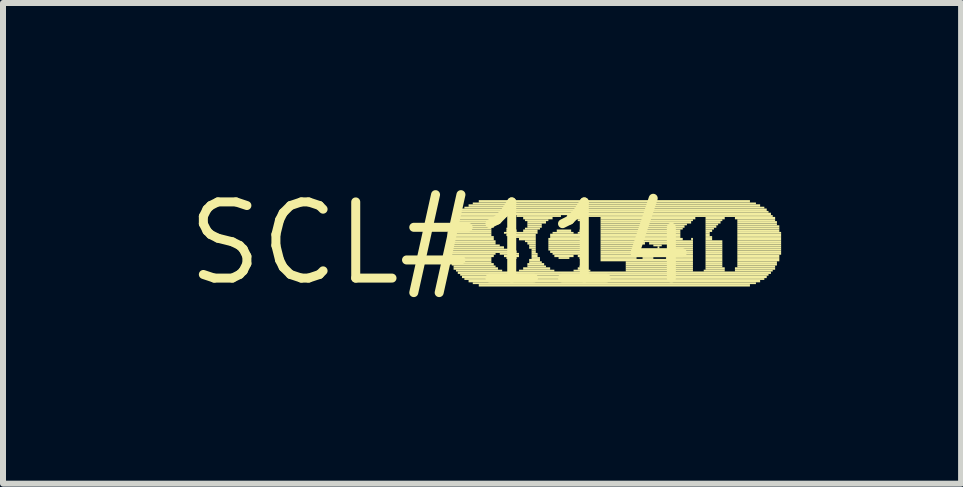
<source format=kicad_pcb>
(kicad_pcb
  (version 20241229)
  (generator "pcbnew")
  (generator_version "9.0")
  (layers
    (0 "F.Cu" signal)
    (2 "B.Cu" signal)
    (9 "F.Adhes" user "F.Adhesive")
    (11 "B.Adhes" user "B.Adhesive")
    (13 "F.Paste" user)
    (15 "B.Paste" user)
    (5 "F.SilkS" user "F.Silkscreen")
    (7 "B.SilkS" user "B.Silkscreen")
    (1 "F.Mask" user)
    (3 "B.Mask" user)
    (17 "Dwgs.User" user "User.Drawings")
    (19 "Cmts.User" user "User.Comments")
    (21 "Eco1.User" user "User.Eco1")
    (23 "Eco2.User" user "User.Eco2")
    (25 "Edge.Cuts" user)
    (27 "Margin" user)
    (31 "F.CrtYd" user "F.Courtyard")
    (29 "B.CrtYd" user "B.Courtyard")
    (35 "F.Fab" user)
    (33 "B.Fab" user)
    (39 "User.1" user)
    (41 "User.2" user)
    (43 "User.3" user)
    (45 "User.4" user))
  (footprint "SCL#114"
    (layer "F.Cu")
    (at 4.301 1.006)
    (property "Reference" "SCL#114" (at 0 0 0) (layer "F.SilkS") (effects (font (size 1.27 1.27) (thickness 0.15))))
    (fp_poly (pts (xy 0.11 -0.16) (xy 0.84 -0.16) (xy 0.84 -0.19) (xy 0.11 -0.19)) (stroke (width 0) (type solid)) (fill yes) (layer "F.SilkS"))
    (fp_poly (pts (xy 0.11 -0.12) (xy 0.84 -0.12) (xy 0.84 -0.16) (xy 0.11 -0.16)) (stroke (width 0) (type solid)) (fill yes) (layer "F.SilkS"))
    (fp_poly (pts (xy 0.11 -0.09) (xy 0.88 -0.09) (xy 0.88 -0.12) (xy 0.11 -0.12)) (stroke (width 0) (type solid)) (fill yes) (layer "F.SilkS"))
    (fp_poly (pts (xy 0.11 -0.05) (xy 0.88 -0.05) (xy 0.88 -0.09) (xy 0.11 -0.09)) (stroke (width 0) (type solid)) (fill yes) (layer "F.SilkS"))
    (fp_poly (pts (xy 0.11 -0.02) (xy 0.91 -0.02) (xy 0.91 -0.05) (xy 0.11 -0.05)) (stroke (width 0) (type solid)) (fill yes) (layer "F.SilkS"))
    (fp_poly (pts (xy 0.11 0.02) (xy 0.91 0.02) (xy 0.91 -0.02) (xy 0.11 -0.02)) (stroke (width 0) (type solid)) (fill yes) (layer "F.SilkS"))
    (fp_poly (pts (xy 0.11 0.05) (xy 0.98 0.05) (xy 0.98 0.02) (xy 0.11 0.02)) (stroke (width 0) (type solid)) (fill yes) (layer "F.SilkS"))
    (fp_poly (pts (xy 0.11 0.09) (xy 1.05 0.09) (xy 1.05 0.05) (xy 0.11 0.05)) (stroke (width 0) (type solid)) (fill yes) (layer "F.SilkS"))
    (fp_poly (pts (xy 0.11 0.12) (xy 1.16 0.12) (xy 1.16 0.09) (xy 0.11 0.09)) (stroke (width 0) (type solid)) (fill yes) (layer "F.SilkS"))
    (fp_poly (pts (xy 0.11 0.16) (xy 1.26 0.16) (xy 1.26 0.12) (xy 0.11 0.12)) (stroke (width 0) (type solid)) (fill yes) (layer "F.SilkS"))
    (fp_poly (pts (xy 0.11 0.19) (xy 0.91 0.19) (xy 0.91 0.16) (xy 0.11 0.16)) (stroke (width 0) (type solid)) (fill yes) (layer "F.SilkS"))
    (fp_poly (pts (xy 0.14 -0.26) (xy 0.88 -0.26) (xy 0.88 -0.3) (xy 0.14 -0.3)) (stroke (width 0) (type solid)) (fill yes) (layer "F.SilkS"))
    (fp_poly (pts (xy 0.14 -0.23) (xy 0.84 -0.23) (xy 0.84 -0.26) (xy 0.14 -0.26)) (stroke (width 0) (type solid)) (fill yes) (layer "F.SilkS"))
    (fp_poly (pts (xy 0.14 -0.19) (xy 0.84 -0.19) (xy 0.84 -0.23) (xy 0.14 -0.23)) (stroke (width 0) (type solid)) (fill yes) (layer "F.SilkS"))
    (fp_poly (pts (xy 0.14 0.23) (xy 0.88 0.23) (xy 0.88 0.19) (xy 0.14 0.19)) (stroke (width 0) (type solid)) (fill yes) (layer "F.SilkS"))
    (fp_poly (pts (xy 0.14 0.26) (xy 0.84 0.26) (xy 0.84 0.23) (xy 0.14 0.23)) (stroke (width 0) (type solid)) (fill yes) (layer "F.SilkS"))
    (fp_poly (pts (xy 0.14 0.3) (xy 0.84 0.3) (xy 0.84 0.26) (xy 0.14 0.26)) (stroke (width 0) (type solid)) (fill yes) (layer "F.SilkS"))
    (fp_poly (pts (xy 0.18 -0.33) (xy 0.91 -0.33) (xy 0.91 -0.37) (xy 0.18 -0.37)) (stroke (width 0) (type solid)) (fill yes) (layer "F.SilkS"))
    (fp_poly (pts (xy 0.18 -0.3) (xy 0.88 -0.3) (xy 0.88 -0.33) (xy 0.18 -0.33)) (stroke (width 0) (type solid)) (fill yes) (layer "F.SilkS"))
    (fp_poly (pts (xy 0.18 0.33) (xy 0.84 0.33) (xy 0.84 0.3) (xy 0.18 0.3)) (stroke (width 0) (type solid)) (fill yes) (layer "F.SilkS"))
    (fp_poly (pts (xy 0.18 0.37) (xy 0.88 0.37) (xy 0.88 0.33) (xy 0.18 0.33)) (stroke (width 0) (type solid)) (fill yes) (layer "F.SilkS"))
    (fp_poly (pts (xy 0.21 -0.4) (xy 0.98 -0.4) (xy 0.98 -0.44) (xy 0.21 -0.44)) (stroke (width 0) (type solid)) (fill yes) (layer "F.SilkS"))
    (fp_poly (pts (xy 0.21 -0.37) (xy 0.95 -0.37) (xy 0.95 -0.4) (xy 0.21 -0.4)) (stroke (width 0) (type solid)) (fill yes) (layer "F.SilkS"))
    (fp_poly (pts (xy 0.21 0.4) (xy 0.91 0.4) (xy 0.91 0.37) (xy 0.21 0.37)) (stroke (width 0) (type solid)) (fill yes) (layer "F.SilkS"))
    (fp_poly (pts (xy 0.21 0.44) (xy 0.95 0.44) (xy 0.95 0.4) (xy 0.21 0.4)) (stroke (width 0) (type solid)) (fill yes) (layer "F.SilkS"))
    (fp_poly (pts (xy 0.25 -0.44) (xy 1.05 -0.44) (xy 1.05 -0.47) (xy 0.25 -0.47)) (stroke (width 0) (type solid)) (fill yes) (layer "F.SilkS"))
    (fp_poly (pts (xy 0.25 0.47) (xy 1.02 0.47) (xy 1.02 0.44) (xy 0.25 0.44)) (stroke (width 0) (type solid)) (fill yes) (layer "F.SilkS"))
    (fp_poly (pts (xy 0.28 -0.47) (xy 5.5 -0.47) (xy 5.5 -0.51) (xy 0.28 -0.51)) (stroke (width 0) (type solid)) (fill yes) (layer "F.SilkS"))
    (fp_poly (pts (xy 0.28 0.51) (xy 5.5 0.51) (xy 5.5 0.47) (xy 0.28 0.47)) (stroke (width 0) (type solid)) (fill yes) (layer "F.SilkS"))
    (fp_poly (pts (xy 0.32 -0.51) (xy 5.46 -0.51) (xy 5.46 -0.54) (xy 0.32 -0.54)) (stroke (width 0) (type solid)) (fill yes) (layer "F.SilkS"))
    (fp_poly (pts (xy 0.32 0.54) (xy 5.46 0.54) (xy 5.46 0.51) (xy 0.32 0.51)) (stroke (width 0) (type solid)) (fill yes) (layer "F.SilkS"))
    (fp_poly (pts (xy 0.35 -0.54) (xy 5.43 -0.54) (xy 5.43 -0.58) (xy 0.35 -0.58)) (stroke (width 0) (type solid)) (fill yes) (layer "F.SilkS"))
    (fp_poly (pts (xy 0.35 0.58) (xy 5.43 0.58) (xy 5.43 0.54) (xy 0.35 0.54)) (stroke (width 0) (type solid)) (fill yes) (layer "F.SilkS"))
    (fp_poly (pts (xy 0.39 -0.58) (xy 5.39 -0.58) (xy 5.39 -0.61) (xy 0.39 -0.61)) (stroke (width 0) (type solid)) (fill yes) (layer "F.SilkS"))
    (fp_poly (pts (xy 0.39 0.61) (xy 5.39 0.61) (xy 5.39 0.58) (xy 0.39 0.58)) (stroke (width 0) (type solid)) (fill yes) (layer "F.SilkS"))
    (fp_poly (pts (xy 0.46 -0.61) (xy 5.32 -0.61) (xy 5.32 -0.65) (xy 0.46 -0.65)) (stroke (width 0) (type solid)) (fill yes) (layer "F.SilkS"))
    (fp_poly (pts (xy 0.46 0.65) (xy 5.32 0.65) (xy 5.32 0.61) (xy 0.46 0.61)) (stroke (width 0) (type solid)) (fill yes) (layer "F.SilkS"))
    (fp_poly (pts (xy 0.53 -0.65) (xy 5.25 -0.65) (xy 5.25 -0.68) (xy 0.53 -0.68)) (stroke (width 0) (type solid)) (fill yes) (layer "F.SilkS"))
    (fp_poly (pts (xy 0.53 0.68) (xy 5.25 0.68) (xy 5.25 0.65) (xy 0.53 0.65)) (stroke (width 0) (type solid)) (fill yes) (layer "F.SilkS"))
    (fp_poly (pts (xy 0.63 -0.68) (xy 5.15 -0.68) (xy 5.15 -0.72) (xy 0.63 -0.72)) (stroke (width 0) (type solid)) (fill yes) (layer "F.SilkS"))
    (fp_poly (pts (xy 0.63 0.72) (xy 5.15 0.72) (xy 5.15 0.68) (xy 0.63 0.68)) (stroke (width 0) (type solid)) (fill yes) (layer "F.SilkS"))
    (fp_poly (pts (xy 0.98 0.19) (xy 1.3 0.19) (xy 1.3 0.16) (xy 0.98 0.16)) (stroke (width 0) (type solid)) (fill yes) (layer "F.SilkS"))
    (fp_poly (pts (xy 1.05 -0.16) (xy 1.61 -0.16) (xy 1.61 -0.19) (xy 1.05 -0.19)) (stroke (width 0) (type solid)) (fill yes) (layer "F.SilkS"))
    (fp_poly (pts (xy 1.05 0.23) (xy 1.3 0.23) (xy 1.3 0.19) (xy 1.05 0.19)) (stroke (width 0) (type solid)) (fill yes) (layer "F.SilkS"))
    (fp_poly (pts (xy 1.09 -0.23) (xy 1.23 -0.23) (xy 1.23 -0.26) (xy 1.09 -0.26)) (stroke (width 0) (type solid)) (fill yes) (layer "F.SilkS"))
    (fp_poly (pts (xy 1.09 -0.19) (xy 1.26 -0.19) (xy 1.26 -0.23) (xy 1.09 -0.23)) (stroke (width 0) (type solid)) (fill yes) (layer "F.SilkS"))
    (fp_poly (pts (xy 1.09 -0.12) (xy 1.58 -0.12) (xy 1.58 -0.16) (xy 1.09 -0.16)) (stroke (width 0) (type solid)) (fill yes) (layer "F.SilkS"))
    (fp_poly (pts (xy 1.09 0.26) (xy 1.26 0.26) (xy 1.26 0.23) (xy 1.09 0.23)) (stroke (width 0) (type solid)) (fill yes) (layer "F.SilkS"))
    (fp_poly (pts (xy 1.16 -0.09) (xy 1.58 -0.09) (xy 1.58 -0.12) (xy 1.16 -0.12)) (stroke (width 0) (type solid)) (fill yes) (layer "F.SilkS"))
    (fp_poly (pts (xy 1.26 -0.44) (xy 2 -0.44) (xy 2 -0.47) (xy 1.26 -0.47)) (stroke (width 0) (type solid)) (fill yes) (layer "F.SilkS"))
    (fp_poly (pts (xy 1.3 -0.05) (xy 1.58 -0.05) (xy 1.58 -0.09) (xy 1.3 -0.09)) (stroke (width 0) (type solid)) (fill yes) (layer "F.SilkS"))
    (fp_poly (pts (xy 1.3 0.47) (xy 1.89 0.47) (xy 1.89 0.44) (xy 1.3 0.44)) (stroke (width 0) (type solid)) (fill yes) (layer "F.SilkS"))
    (fp_poly (pts (xy 1.37 -0.4) (xy 1.86 -0.4) (xy 1.86 -0.44) (xy 1.37 -0.44)) (stroke (width 0) (type solid)) (fill yes) (layer "F.SilkS"))
    (fp_poly (pts (xy 1.37 -0.19) (xy 1.61 -0.19) (xy 1.61 -0.23) (xy 1.37 -0.23)) (stroke (width 0) (type solid)) (fill yes) (layer "F.SilkS"))
    (fp_poly (pts (xy 1.37 0.44) (xy 1.82 0.44) (xy 1.82 0.4) (xy 1.37 0.4)) (stroke (width 0) (type solid)) (fill yes) (layer "F.SilkS"))
    (fp_poly (pts (xy 1.4 -0.37) (xy 1.79 -0.37) (xy 1.79 -0.4) (xy 1.4 -0.4)) (stroke (width 0) (type solid)) (fill yes) (layer "F.SilkS"))
    (fp_poly (pts (xy 1.4 -0.23) (xy 1.65 -0.23) (xy 1.65 -0.26) (xy 1.4 -0.26)) (stroke (width 0) (type solid)) (fill yes) (layer "F.SilkS"))
    (fp_poly (pts (xy 1.4 -0.02) (xy 1.58 -0.02) (xy 1.58 -0.05) (xy 1.4 -0.05)) (stroke (width 0) (type solid)) (fill yes) (layer "F.SilkS"))
    (fp_poly (pts (xy 1.44 -0.33) (xy 1.75 -0.33) (xy 1.75 -0.37) (xy 1.44 -0.37)) (stroke (width 0) (type solid)) (fill yes) (layer "F.SilkS"))
    (fp_poly (pts (xy 1.44 -0.3) (xy 1.68 -0.3) (xy 1.68 -0.33) (xy 1.44 -0.33)) (stroke (width 0) (type solid)) (fill yes) (layer "F.SilkS"))
    (fp_poly (pts (xy 1.44 -0.26) (xy 1.68 -0.26) (xy 1.68 -0.3) (xy 1.44 -0.3)) (stroke (width 0) (type solid)) (fill yes) (layer "F.SilkS"))
    (fp_poly (pts (xy 1.44 0.02) (xy 1.58 0.02) (xy 1.58 -0.02) (xy 1.44 -0.02)) (stroke (width 0) (type solid)) (fill yes) (layer "F.SilkS"))
    (fp_poly (pts (xy 1.44 0.37) (xy 1.72 0.37) (xy 1.72 0.33) (xy 1.44 0.33)) (stroke (width 0) (type solid)) (fill yes) (layer "F.SilkS"))
    (fp_poly (pts (xy 1.44 0.4) (xy 1.75 0.4) (xy 1.75 0.37) (xy 1.44 0.37)) (stroke (width 0) (type solid)) (fill yes) (layer "F.SilkS"))
    (fp_poly (pts (xy 1.47 0.05) (xy 1.58 0.05) (xy 1.58 0.02) (xy 1.47 0.02)) (stroke (width 0) (type solid)) (fill yes) (layer "F.SilkS"))
    (fp_poly (pts (xy 1.47 0.09) (xy 1.58 0.09) (xy 1.58 0.05) (xy 1.47 0.05)) (stroke (width 0) (type solid)) (fill yes) (layer "F.SilkS"))
    (fp_poly (pts (xy 1.47 0.3) (xy 1.65 0.3) (xy 1.65 0.26) (xy 1.47 0.26)) (stroke (width 0) (type solid)) (fill yes) (layer "F.SilkS"))
    (fp_poly (pts (xy 1.47 0.33) (xy 1.68 0.33) (xy 1.68 0.3) (xy 1.47 0.3)) (stroke (width 0) (type solid)) (fill yes) (layer "F.SilkS"))
    (fp_poly (pts (xy 1.51 0.12) (xy 1.58 0.12) (xy 1.58 0.09) (xy 1.51 0.09)) (stroke (width 0) (type solid)) (fill yes) (layer "F.SilkS"))
    (fp_poly (pts (xy 1.51 0.16) (xy 1.58 0.16) (xy 1.58 0.12) (xy 1.51 0.12)) (stroke (width 0) (type solid)) (fill yes) (layer "F.SilkS"))
    (fp_poly (pts (xy 1.51 0.19) (xy 1.61 0.19) (xy 1.61 0.16) (xy 1.51 0.16)) (stroke (width 0) (type solid)) (fill yes) (layer "F.SilkS"))
    (fp_poly (pts (xy 1.51 0.23) (xy 1.61 0.23) (xy 1.61 0.19) (xy 1.51 0.19)) (stroke (width 0) (type solid)) (fill yes) (layer "F.SilkS"))
    (fp_poly (pts (xy 1.51 0.26) (xy 1.65 0.26) (xy 1.65 0.23) (xy 1.51 0.23)) (stroke (width 0) (type solid)) (fill yes) (layer "F.SilkS"))
    (fp_poly (pts (xy 1.79 -0.05) (xy 2.45 -0.05) (xy 2.45 -0.09) (xy 1.79 -0.09)) (stroke (width 0) (type solid)) (fill yes) (layer "F.SilkS"))
    (fp_poly (pts (xy 1.79 -0.02) (xy 2.45 -0.02) (xy 2.45 -0.05) (xy 1.79 -0.05)) (stroke (width 0) (type solid)) (fill yes) (layer "F.SilkS"))
    (fp_poly (pts (xy 1.79 0.02) (xy 2.45 0.02) (xy 2.45 -0.02) (xy 1.79 -0.02)) (stroke (width 0) (type solid)) (fill yes) (layer "F.SilkS"))
    (fp_poly (pts (xy 1.79 0.05) (xy 2.45 0.05) (xy 2.45 0.02) (xy 1.79 0.02)) (stroke (width 0) (type solid)) (fill yes) (layer "F.SilkS"))
    (fp_poly (pts (xy 1.79 0.09) (xy 2.45 0.09) (xy 2.45 0.05) (xy 1.79 0.05)) (stroke (width 0) (type solid)) (fill yes) (layer "F.SilkS"))
    (fp_poly (pts (xy 1.79 0.12) (xy 2.45 0.12) (xy 2.45 0.09) (xy 1.79 0.09)) (stroke (width 0) (type solid)) (fill yes) (layer "F.SilkS"))
    (fp_poly (pts (xy 1.82 -0.12) (xy 2.45 -0.12) (xy 2.45 -0.16) (xy 1.82 -0.16)) (stroke (width 0) (type solid)) (fill yes) (layer "F.SilkS"))
    (fp_poly (pts (xy 1.82 -0.09) (xy 2.45 -0.09) (xy 2.45 -0.12) (xy 1.82 -0.12)) (stroke (width 0) (type solid)) (fill yes) (layer "F.SilkS"))
    (fp_poly (pts (xy 1.82 0.16) (xy 2.45 0.16) (xy 2.45 0.12) (xy 1.82 0.12)) (stroke (width 0) (type solid)) (fill yes) (layer "F.SilkS"))
    (fp_poly (pts (xy 1.86 -0.16) (xy 2.21 -0.16) (xy 2.21 -0.19) (xy 1.86 -0.19)) (stroke (width 0) (type solid)) (fill yes) (layer "F.SilkS"))
    (fp_poly (pts (xy 1.86 0.19) (xy 2.45 0.19) (xy 2.45 0.16) (xy 1.86 0.16)) (stroke (width 0) (type solid)) (fill yes) (layer "F.SilkS"))
    (fp_poly (pts (xy 1.89 0.23) (xy 2.21 0.23) (xy 2.21 0.19) (xy 1.89 0.19)) (stroke (width 0) (type solid)) (fill yes) (layer "F.SilkS"))
    (fp_poly (pts (xy 1.93 -0.19) (xy 2.17 -0.19) (xy 2.17 -0.23) (xy 1.93 -0.23)) (stroke (width 0) (type solid)) (fill yes) (layer "F.SilkS"))
    (fp_poly (pts (xy 1.96 0.26) (xy 2.14 0.26) (xy 2.14 0.23) (xy 1.96 0.23)) (stroke (width 0) (type solid)) (fill yes) (layer "F.SilkS"))
    (fp_poly (pts (xy 2.1 -0.44) (xy 5.53 -0.44) (xy 5.53 -0.47) (xy 2.1 -0.47)) (stroke (width 0) (type solid)) (fill yes) (layer "F.SilkS"))
    (fp_poly (pts (xy 2.21 0.47) (xy 2.49 0.47) (xy 2.49 0.44) (xy 2.21 0.44)) (stroke (width 0) (type solid)) (fill yes) (layer "F.SilkS"))
    (fp_poly (pts (xy 2.24 -0.4) (xy 2.45 -0.4) (xy 2.45 -0.44) (xy 2.24 -0.44)) (stroke (width 0) (type solid)) (fill yes) (layer "F.SilkS"))
    (fp_poly (pts (xy 2.28 -0.37) (xy 2.45 -0.37) (xy 2.45 -0.4) (xy 2.28 -0.4)) (stroke (width 0) (type solid)) (fill yes) (layer "F.SilkS"))
    (fp_poly (pts (xy 2.28 -0.16) (xy 2.45 -0.16) (xy 2.45 -0.19) (xy 2.28 -0.19)) (stroke (width 0) (type solid)) (fill yes) (layer "F.SilkS"))
    (fp_poly (pts (xy 2.28 0.23) (xy 2.45 0.23) (xy 2.45 0.19) (xy 2.28 0.19)) (stroke (width 0) (type solid)) (fill yes) (layer "F.SilkS"))
    (fp_poly (pts (xy 2.28 0.44) (xy 2.45 0.44) (xy 2.45 0.4) (xy 2.28 0.4)) (stroke (width 0) (type solid)) (fill yes) (layer "F.SilkS"))
    (fp_poly (pts (xy 2.31 -0.19) (xy 2.45 -0.19) (xy 2.45 -0.23) (xy 2.31 -0.23)) (stroke (width 0) (type solid)) (fill yes) (layer "F.SilkS"))
    (fp_poly (pts (xy 2.31 0.26) (xy 2.45 0.26) (xy 2.45 0.23) (xy 2.31 0.23)) (stroke (width 0) (type solid)) (fill yes) (layer "F.SilkS"))
    (fp_poly (pts (xy 2.31 0.4) (xy 2.45 0.4) (xy 2.45 0.37) (xy 2.31 0.37)) (stroke (width 0) (type solid)) (fill yes) (layer "F.SilkS"))
    (fp_poly (pts (xy 2.35 -0.33) (xy 2.45 -0.33) (xy 2.45 -0.37) (xy 2.35 -0.37)) (stroke (width 0) (type solid)) (fill yes) (layer "F.SilkS"))
    (fp_poly (pts (xy 2.35 -0.3) (xy 2.45 -0.3) (xy 2.45 -0.33) (xy 2.35 -0.33)) (stroke (width 0) (type solid)) (fill yes) (layer "F.SilkS"))
    (fp_poly (pts (xy 2.35 -0.26) (xy 2.45 -0.26) (xy 2.45 -0.3) (xy 2.35 -0.3)) (stroke (width 0) (type solid)) (fill yes) (layer "F.SilkS"))
    (fp_poly (pts (xy 2.35 -0.23) (xy 2.45 -0.23) (xy 2.45 -0.26) (xy 2.35 -0.26)) (stroke (width 0) (type solid)) (fill yes) (layer "F.SilkS"))
    (fp_poly (pts (xy 2.35 0.3) (xy 2.45 0.3) (xy 2.45 0.26) (xy 2.35 0.26)) (stroke (width 0) (type solid)) (fill yes) (layer "F.SilkS"))
    (fp_poly (pts (xy 2.35 0.33) (xy 2.45 0.33) (xy 2.45 0.3) (xy 2.35 0.3)) (stroke (width 0) (type solid)) (fill yes) (layer "F.SilkS"))
    (fp_poly (pts (xy 2.35 0.37) (xy 2.45 0.37) (xy 2.45 0.33) (xy 2.35 0.33)) (stroke (width 0) (type solid)) (fill yes) (layer "F.SilkS"))
    (fp_poly (pts (xy 2.66 -0.4) (xy 4.24 -0.4) (xy 4.24 -0.44) (xy 2.66 -0.44)) (stroke (width 0) (type solid)) (fill yes) (layer "F.SilkS"))
    (fp_poly (pts (xy 2.66 -0.37) (xy 4.2 -0.37) (xy 4.2 -0.4) (xy 2.66 -0.4)) (stroke (width 0) (type solid)) (fill yes) (layer "F.SilkS"))
    (fp_poly (pts (xy 2.66 -0.33) (xy 4.17 -0.33) (xy 4.17 -0.37) (xy 2.66 -0.37)) (stroke (width 0) (type solid)) (fill yes) (layer "F.SilkS"))
    (fp_poly (pts (xy 2.66 -0.3) (xy 4.1 -0.3) (xy 4.1 -0.33) (xy 2.66 -0.33)) (stroke (width 0) (type solid)) (fill yes) (layer "F.SilkS"))
    (fp_poly (pts (xy 2.66 -0.26) (xy 4.06 -0.26) (xy 4.06 -0.3) (xy 2.66 -0.3)) (stroke (width 0) (type solid)) (fill yes) (layer "F.SilkS"))
    (fp_poly (pts (xy 2.66 -0.23) (xy 4.03 -0.23) (xy 4.03 -0.26) (xy 2.66 -0.26)) (stroke (width 0) (type solid)) (fill yes) (layer "F.SilkS"))
    (fp_poly (pts (xy 2.66 -0.19) (xy 3.99 -0.19) (xy 3.99 -0.23) (xy 2.66 -0.23)) (stroke (width 0) (type solid)) (fill yes) (layer "F.SilkS"))
    (fp_poly (pts (xy 2.66 -0.16) (xy 3.99 -0.16) (xy 3.99 -0.19) (xy 2.66 -0.19)) (stroke (width 0) (type solid)) (fill yes) (layer "F.SilkS"))
    (fp_poly (pts (xy 2.66 -0.12) (xy 3.99 -0.12) (xy 3.99 -0.16) (xy 2.66 -0.16)) (stroke (width 0) (type solid)) (fill yes) (layer "F.SilkS"))
    (fp_poly (pts (xy 2.66 -0.09) (xy 3.99 -0.09) (xy 3.99 -0.12) (xy 2.66 -0.12)) (stroke (width 0) (type solid)) (fill yes) (layer "F.SilkS"))
    (fp_poly (pts (xy 2.66 -0.05) (xy 4.03 -0.05) (xy 4.03 -0.09) (xy 2.66 -0.09)) (stroke (width 0) (type solid)) (fill yes) (layer "F.SilkS"))
    (fp_poly (pts (xy 2.66 -0.02) (xy 4.2 -0.02) (xy 4.2 -0.05) (xy 2.66 -0.05)) (stroke (width 0) (type solid)) (fill yes) (layer "F.SilkS"))
    (fp_poly (pts (xy 2.66 0.02) (xy 3.4 0.02) (xy 3.4 -0.02) (xy 2.66 -0.02)) (stroke (width 0) (type solid)) (fill yes) (layer "F.SilkS"))
    (fp_poly (pts (xy 2.66 0.05) (xy 3.29 0.05) (xy 3.29 0.02) (xy 2.66 0.02)) (stroke (width 0) (type solid)) (fill yes) (layer "F.SilkS"))
    (fp_poly (pts (xy 2.66 0.09) (xy 3.26 0.09) (xy 3.26 0.05) (xy 2.66 0.05)) (stroke (width 0) (type solid)) (fill yes) (layer "F.SilkS"))
    (fp_poly (pts (xy 2.66 0.12) (xy 3.22 0.12) (xy 3.22 0.09) (xy 2.66 0.09)) (stroke (width 0) (type solid)) (fill yes) (layer "F.SilkS"))
    (fp_poly (pts (xy 2.66 0.16) (xy 3.22 0.16) (xy 3.22 0.12) (xy 2.66 0.12)) (stroke (width 0) (type solid)) (fill yes) (layer "F.SilkS"))
    (fp_poly (pts (xy 2.66 0.19) (xy 3.19 0.19) (xy 3.19 0.16) (xy 2.66 0.16)) (stroke (width 0) (type solid)) (fill yes) (layer "F.SilkS"))
    (fp_poly (pts (xy 2.66 0.23) (xy 3.22 0.23) (xy 3.22 0.19) (xy 2.66 0.19)) (stroke (width 0) (type solid)) (fill yes) (layer "F.SilkS"))
    (fp_poly (pts (xy 2.66 0.26) (xy 3.26 0.26) (xy 3.26 0.23) (xy 2.66 0.23)) (stroke (width 0) (type solid)) (fill yes) (layer "F.SilkS"))
    (fp_poly (pts (xy 2.66 0.3) (xy 4.2 0.3) (xy 4.2 0.26) (xy 2.66 0.26)) (stroke (width 0) (type solid)) (fill yes) (layer "F.SilkS"))
    (fp_poly (pts (xy 3.08 0.33) (xy 4.2 0.33) (xy 4.2 0.3) (xy 3.08 0.3)) (stroke (width 0) (type solid)) (fill yes) (layer "F.SilkS"))
    (fp_poly (pts (xy 3.08 0.37) (xy 4.2 0.37) (xy 4.2 0.33) (xy 3.08 0.33)) (stroke (width 0) (type solid)) (fill yes) (layer "F.SilkS"))
    (fp_poly (pts (xy 3.08 0.4) (xy 4.2 0.4) (xy 4.2 0.37) (xy 3.08 0.37)) (stroke (width 0) (type solid)) (fill yes) (layer "F.SilkS"))
    (fp_poly (pts (xy 3.08 0.44) (xy 4.2 0.44) (xy 4.2 0.4) (xy 3.08 0.4)) (stroke (width 0) (type solid)) (fill yes) (layer "F.SilkS"))
    (fp_poly (pts (xy 3.08 0.47) (xy 4.2 0.47) (xy 4.2 0.44) (xy 3.08 0.44)) (stroke (width 0) (type solid)) (fill yes) (layer "F.SilkS"))
    (fp_poly (pts (xy 3.36 0.26) (xy 3.54 0.26) (xy 3.54 0.23) (xy 3.36 0.23)) (stroke (width 0) (type solid)) (fill yes) (layer "F.SilkS"))
    (fp_poly (pts (xy 3.4 0.23) (xy 3.47 0.23) (xy 3.47 0.19) (xy 3.4 0.19)) (stroke (width 0) (type solid)) (fill yes) (layer "F.SilkS"))
    (fp_poly (pts (xy 3.47 0.02) (xy 4.2 0.02) (xy 4.2 -0.02) (xy 3.47 -0.02)) (stroke (width 0) (type solid)) (fill yes) (layer "F.SilkS"))
    (fp_poly (pts (xy 3.54 0.05) (xy 3.68 0.05) (xy 3.68 0.02) (xy 3.54 0.02)) (stroke (width 0) (type solid)) (fill yes) (layer "F.SilkS"))
    (fp_poly (pts (xy 3.61 0.09) (xy 3.64 0.09) (xy 3.64 0.05) (xy 3.61 0.05)) (stroke (width 0) (type solid)) (fill yes) (layer "F.SilkS"))
    (fp_poly (pts (xy 3.75 0.26) (xy 4.2 0.26) (xy 4.2 0.23) (xy 3.75 0.23)) (stroke (width 0) (type solid)) (fill yes) (layer "F.SilkS"))
    (fp_poly (pts (xy 3.78 0.23) (xy 4.2 0.23) (xy 4.2 0.19) (xy 3.78 0.19)) (stroke (width 0) (type solid)) (fill yes) (layer "F.SilkS"))
    (fp_poly (pts (xy 3.82 0.05) (xy 4.2 0.05) (xy 4.2 0.02) (xy 3.82 0.02)) (stroke (width 0) (type solid)) (fill yes) (layer "F.SilkS"))
    (fp_poly (pts (xy 3.82 0.19) (xy 4.2 0.19) (xy 4.2 0.16) (xy 3.82 0.16)) (stroke (width 0) (type solid)) (fill yes) (layer "F.SilkS"))
    (fp_poly (pts (xy 3.85 0.09) (xy 4.2 0.09) (xy 4.2 0.05) (xy 3.85 0.05)) (stroke (width 0) (type solid)) (fill yes) (layer "F.SilkS"))
    (fp_poly (pts (xy 3.85 0.12) (xy 4.2 0.12) (xy 4.2 0.09) (xy 3.85 0.09)) (stroke (width 0) (type solid)) (fill yes) (layer "F.SilkS"))
    (fp_poly (pts (xy 3.85 0.16) (xy 4.2 0.16) (xy 4.2 0.12) (xy 3.85 0.12)) (stroke (width 0) (type solid)) (fill yes) (layer "F.SilkS"))
    (fp_poly (pts (xy 4.17 -0.05) (xy 4.2 -0.05) (xy 4.2 -0.09) (xy 4.17 -0.09)) (stroke (width 0) (type solid)) (fill yes) (layer "F.SilkS"))
    (fp_poly (pts (xy 4.38 0.47) (xy 4.73 0.47) (xy 4.73 0.44) (xy 4.38 0.44)) (stroke (width 0) (type solid)) (fill yes) (layer "F.SilkS"))
    (fp_poly (pts (xy 4.41 -0.4) (xy 4.73 -0.4) (xy 4.73 -0.44) (xy 4.41 -0.44)) (stroke (width 0) (type solid)) (fill yes) (layer "F.SilkS"))
    (fp_poly (pts (xy 4.41 -0.37) (xy 4.69 -0.37) (xy 4.69 -0.4) (xy 4.41 -0.4)) (stroke (width 0) (type solid)) (fill yes) (layer "F.SilkS"))
    (fp_poly (pts (xy 4.41 -0.33) (xy 4.66 -0.33) (xy 4.66 -0.37) (xy 4.41 -0.37)) (stroke (width 0) (type solid)) (fill yes) (layer "F.SilkS"))
    (fp_poly (pts (xy 4.41 -0.3) (xy 4.62 -0.3) (xy 4.62 -0.33) (xy 4.41 -0.33)) (stroke (width 0) (type solid)) (fill yes) (layer "F.SilkS"))
    (fp_poly (pts (xy 4.41 -0.26) (xy 4.59 -0.26) (xy 4.59 -0.3) (xy 4.41 -0.3)) (stroke (width 0) (type solid)) (fill yes) (layer "F.SilkS"))
    (fp_poly (pts (xy 4.41 -0.23) (xy 4.55 -0.23) (xy 4.55 -0.26) (xy 4.41 -0.26)) (stroke (width 0) (type solid)) (fill yes) (layer "F.SilkS"))
    (fp_poly (pts (xy 4.41 -0.19) (xy 4.52 -0.19) (xy 4.52 -0.23) (xy 4.41 -0.23)) (stroke (width 0) (type solid)) (fill yes) (layer "F.SilkS"))
    (fp_poly (pts (xy 4.41 -0.16) (xy 4.48 -0.16) (xy 4.48 -0.19) (xy 4.41 -0.19)) (stroke (width 0) (type solid)) (fill yes) (layer "F.SilkS"))
    (fp_poly (pts (xy 4.41 -0.12) (xy 4.48 -0.12) (xy 4.48 -0.16) (xy 4.41 -0.16)) (stroke (width 0) (type solid)) (fill yes) (layer "F.SilkS"))
    (fp_poly (pts (xy 4.41 -0.09) (xy 4.52 -0.09) (xy 4.52 -0.12) (xy 4.41 -0.12)) (stroke (width 0) (type solid)) (fill yes) (layer "F.SilkS"))
    (fp_poly (pts (xy 4.41 -0.05) (xy 4.52 -0.05) (xy 4.52 -0.09) (xy 4.41 -0.09)) (stroke (width 0) (type solid)) (fill yes) (layer "F.SilkS"))
    (fp_poly (pts (xy 4.41 -0.02) (xy 4.69 -0.02) (xy 4.69 -0.05) (xy 4.41 -0.05)) (stroke (width 0) (type solid)) (fill yes) (layer "F.SilkS"))
    (fp_poly (pts (xy 4.41 0.02) (xy 4.69 0.02) (xy 4.69 -0.02) (xy 4.41 -0.02)) (stroke (width 0) (type solid)) (fill yes) (layer "F.SilkS"))
    (fp_poly (pts (xy 4.41 0.05) (xy 4.69 0.05) (xy 4.69 0.02) (xy 4.41 0.02)) (stroke (width 0) (type solid)) (fill yes) (layer "F.SilkS"))
    (fp_poly (pts (xy 4.41 0.09) (xy 4.69 0.09) (xy 4.69 0.05) (xy 4.41 0.05)) (stroke (width 0) (type solid)) (fill yes) (layer "F.SilkS"))
    (fp_poly (pts (xy 4.41 0.12) (xy 4.69 0.12) (xy 4.69 0.09) (xy 4.41 0.09)) (stroke (width 0) (type solid)) (fill yes) (layer "F.SilkS"))
    (fp_poly (pts (xy 4.41 0.16) (xy 4.69 0.16) (xy 4.69 0.12) (xy 4.41 0.12)) (stroke (width 0) (type solid)) (fill yes) (layer "F.SilkS"))
    (fp_poly (pts (xy 4.41 0.19) (xy 4.69 0.19) (xy 4.69 0.16) (xy 4.41 0.16)) (stroke (width 0) (type solid)) (fill yes) (layer "F.SilkS"))
    (fp_poly (pts (xy 4.41 0.23) (xy 4.69 0.23) (xy 4.69 0.19) (xy 4.41 0.19)) (stroke (width 0) (type solid)) (fill yes) (layer "F.SilkS"))
    (fp_poly (pts (xy 4.41 0.26) (xy 4.69 0.26) (xy 4.69 0.23) (xy 4.41 0.23)) (stroke (width 0) (type solid)) (fill yes) (layer "F.SilkS"))
    (fp_poly (pts (xy 4.41 0.3) (xy 4.69 0.3) (xy 4.69 0.26) (xy 4.41 0.26)) (stroke (width 0) (type solid)) (fill yes) (layer "F.SilkS"))
    (fp_poly (pts (xy 4.41 0.33) (xy 4.69 0.33) (xy 4.69 0.3) (xy 4.41 0.3)) (stroke (width 0) (type solid)) (fill yes) (layer "F.SilkS"))
    (fp_poly (pts (xy 4.41 0.37) (xy 4.69 0.37) (xy 4.69 0.33) (xy 4.41 0.33)) (stroke (width 0) (type solid)) (fill yes) (layer "F.SilkS"))
    (fp_poly (pts (xy 4.41 0.4) (xy 4.69 0.4) (xy 4.69 0.37) (xy 4.41 0.37)) (stroke (width 0) (type solid)) (fill yes) (layer "F.SilkS"))
    (fp_poly (pts (xy 4.41 0.44) (xy 4.73 0.44) (xy 4.73 0.4) (xy 4.41 0.4)) (stroke (width 0) (type solid)) (fill yes) (layer "F.SilkS"))
    (fp_poly (pts (xy 4.9 -0.4) (xy 5.57 -0.4) (xy 5.57 -0.44) (xy 4.9 -0.44)) (stroke (width 0) (type solid)) (fill yes) (layer "F.SilkS"))
    (fp_poly (pts (xy 4.9 0.44) (xy 5.57 0.44) (xy 5.57 0.4) (xy 4.9 0.4)) (stroke (width 0) (type solid)) (fill yes) (layer "F.SilkS"))
    (fp_poly (pts (xy 4.9 0.47) (xy 5.53 0.47) (xy 5.53 0.44) (xy 4.9 0.44)) (stroke (width 0) (type solid)) (fill yes) (layer "F.SilkS"))
    (fp_poly (pts (xy 4.94 -0.37) (xy 5.57 -0.37) (xy 5.57 -0.4) (xy 4.94 -0.4)) (stroke (width 0) (type solid)) (fill yes) (layer "F.SilkS"))
    (fp_poly (pts (xy 4.94 -0.33) (xy 5.6 -0.33) (xy 5.6 -0.37) (xy 4.94 -0.37)) (stroke (width 0) (type solid)) (fill yes) (layer "F.SilkS"))
    (fp_poly (pts (xy 4.94 -0.3) (xy 5.6 -0.3) (xy 5.6 -0.33) (xy 4.94 -0.33)) (stroke (width 0) (type solid)) (fill yes) (layer "F.SilkS"))
    (fp_poly (pts (xy 4.94 -0.26) (xy 5.64 -0.26) (xy 5.64 -0.3) (xy 4.94 -0.3)) (stroke (width 0) (type solid)) (fill yes) (layer "F.SilkS"))
    (fp_poly (pts (xy 4.94 -0.23) (xy 5.64 -0.23) (xy 5.64 -0.26) (xy 4.94 -0.26)) (stroke (width 0) (type solid)) (fill yes) (layer "F.SilkS"))
    (fp_poly (pts (xy 4.94 -0.19) (xy 5.64 -0.19) (xy 5.64 -0.23) (xy 4.94 -0.23)) (stroke (width 0) (type solid)) (fill yes) (layer "F.SilkS"))
    (fp_poly (pts (xy 4.94 -0.16) (xy 5.67 -0.16) (xy 5.67 -0.19) (xy 4.94 -0.19)) (stroke (width 0) (type solid)) (fill yes) (layer "F.SilkS"))
    (fp_poly (pts (xy 4.94 -0.12) (xy 5.67 -0.12) (xy 5.67 -0.16) (xy 4.94 -0.16)) (stroke (width 0) (type solid)) (fill yes) (layer "F.SilkS"))
    (fp_poly (pts (xy 4.94 -0.09) (xy 5.67 -0.09) (xy 5.67 -0.12) (xy 4.94 -0.12)) (stroke (width 0) (type solid)) (fill yes) (layer "F.SilkS"))
    (fp_poly (pts (xy 4.94 -0.05) (xy 5.67 -0.05) (xy 5.67 -0.09) (xy 4.94 -0.09)) (stroke (width 0) (type solid)) (fill yes) (layer "F.SilkS"))
    (fp_poly (pts (xy 4.94 -0.02) (xy 5.67 -0.02) (xy 5.67 -0.05) (xy 4.94 -0.05)) (stroke (width 0) (type solid)) (fill yes) (layer "F.SilkS"))
    (fp_poly (pts (xy 4.94 0.02) (xy 5.67 0.02) (xy 5.67 -0.02) (xy 4.94 -0.02)) (stroke (width 0) (type solid)) (fill yes) (layer "F.SilkS"))
    (fp_poly (pts (xy 4.94 0.05) (xy 5.67 0.05) (xy 5.67 0.02) (xy 4.94 0.02)) (stroke (width 0) (type solid)) (fill yes) (layer "F.SilkS"))
    (fp_poly (pts (xy 4.94 0.09) (xy 5.67 0.09) (xy 5.67 0.05) (xy 4.94 0.05)) (stroke (width 0) (type solid)) (fill yes) (layer "F.SilkS"))
    (fp_poly (pts (xy 4.94 0.12) (xy 5.67 0.12) (xy 5.67 0.09) (xy 4.94 0.09)) (stroke (width 0) (type solid)) (fill yes) (layer "F.SilkS"))
    (fp_poly (pts (xy 4.94 0.16) (xy 5.67 0.16) (xy 5.67 0.12) (xy 4.94 0.12)) (stroke (width 0) (type solid)) (fill yes) (layer "F.SilkS"))
    (fp_poly (pts (xy 4.94 0.19) (xy 5.67 0.19) (xy 5.67 0.16) (xy 4.94 0.16)) (stroke (width 0) (type solid)) (fill yes) (layer "F.SilkS"))
    (fp_poly (pts (xy 4.94 0.23) (xy 5.64 0.23) (xy 5.64 0.19) (xy 4.94 0.19)) (stroke (width 0) (type solid)) (fill yes) (layer "F.SilkS"))
    (fp_poly (pts (xy 4.94 0.26) (xy 5.64 0.26) (xy 5.64 0.23) (xy 4.94 0.23)) (stroke (width 0) (type solid)) (fill yes) (layer "F.SilkS"))
    (fp_poly (pts (xy 4.94 0.3) (xy 5.64 0.3) (xy 5.64 0.26) (xy 4.94 0.26)) (stroke (width 0) (type solid)) (fill yes) (layer "F.SilkS"))
    (fp_poly (pts (xy 4.94 0.33) (xy 5.6 0.33) (xy 5.6 0.3) (xy 4.94 0.3)) (stroke (width 0) (type solid)) (fill yes) (layer "F.SilkS"))
    (fp_poly (pts (xy 4.94 0.37) (xy 5.6 0.37) (xy 5.6 0.33) (xy 4.94 0.33)) (stroke (width 0) (type solid)) (fill yes) (layer "F.SilkS"))
    (fp_poly (pts (xy 4.94 0.4) (xy 5.57 0.4) (xy 5.57 0.37) (xy 4.94 0.37)) (stroke (width 0) (type solid)) (fill yes) (layer "F.SilkS")))
  (gr_rect
    (start -3 -3)
    (end 12.971 5.012)
    (stroke (width 0.1) (type default))
    (fill no)
    (layer "Edge.Cuts")))
</source>
